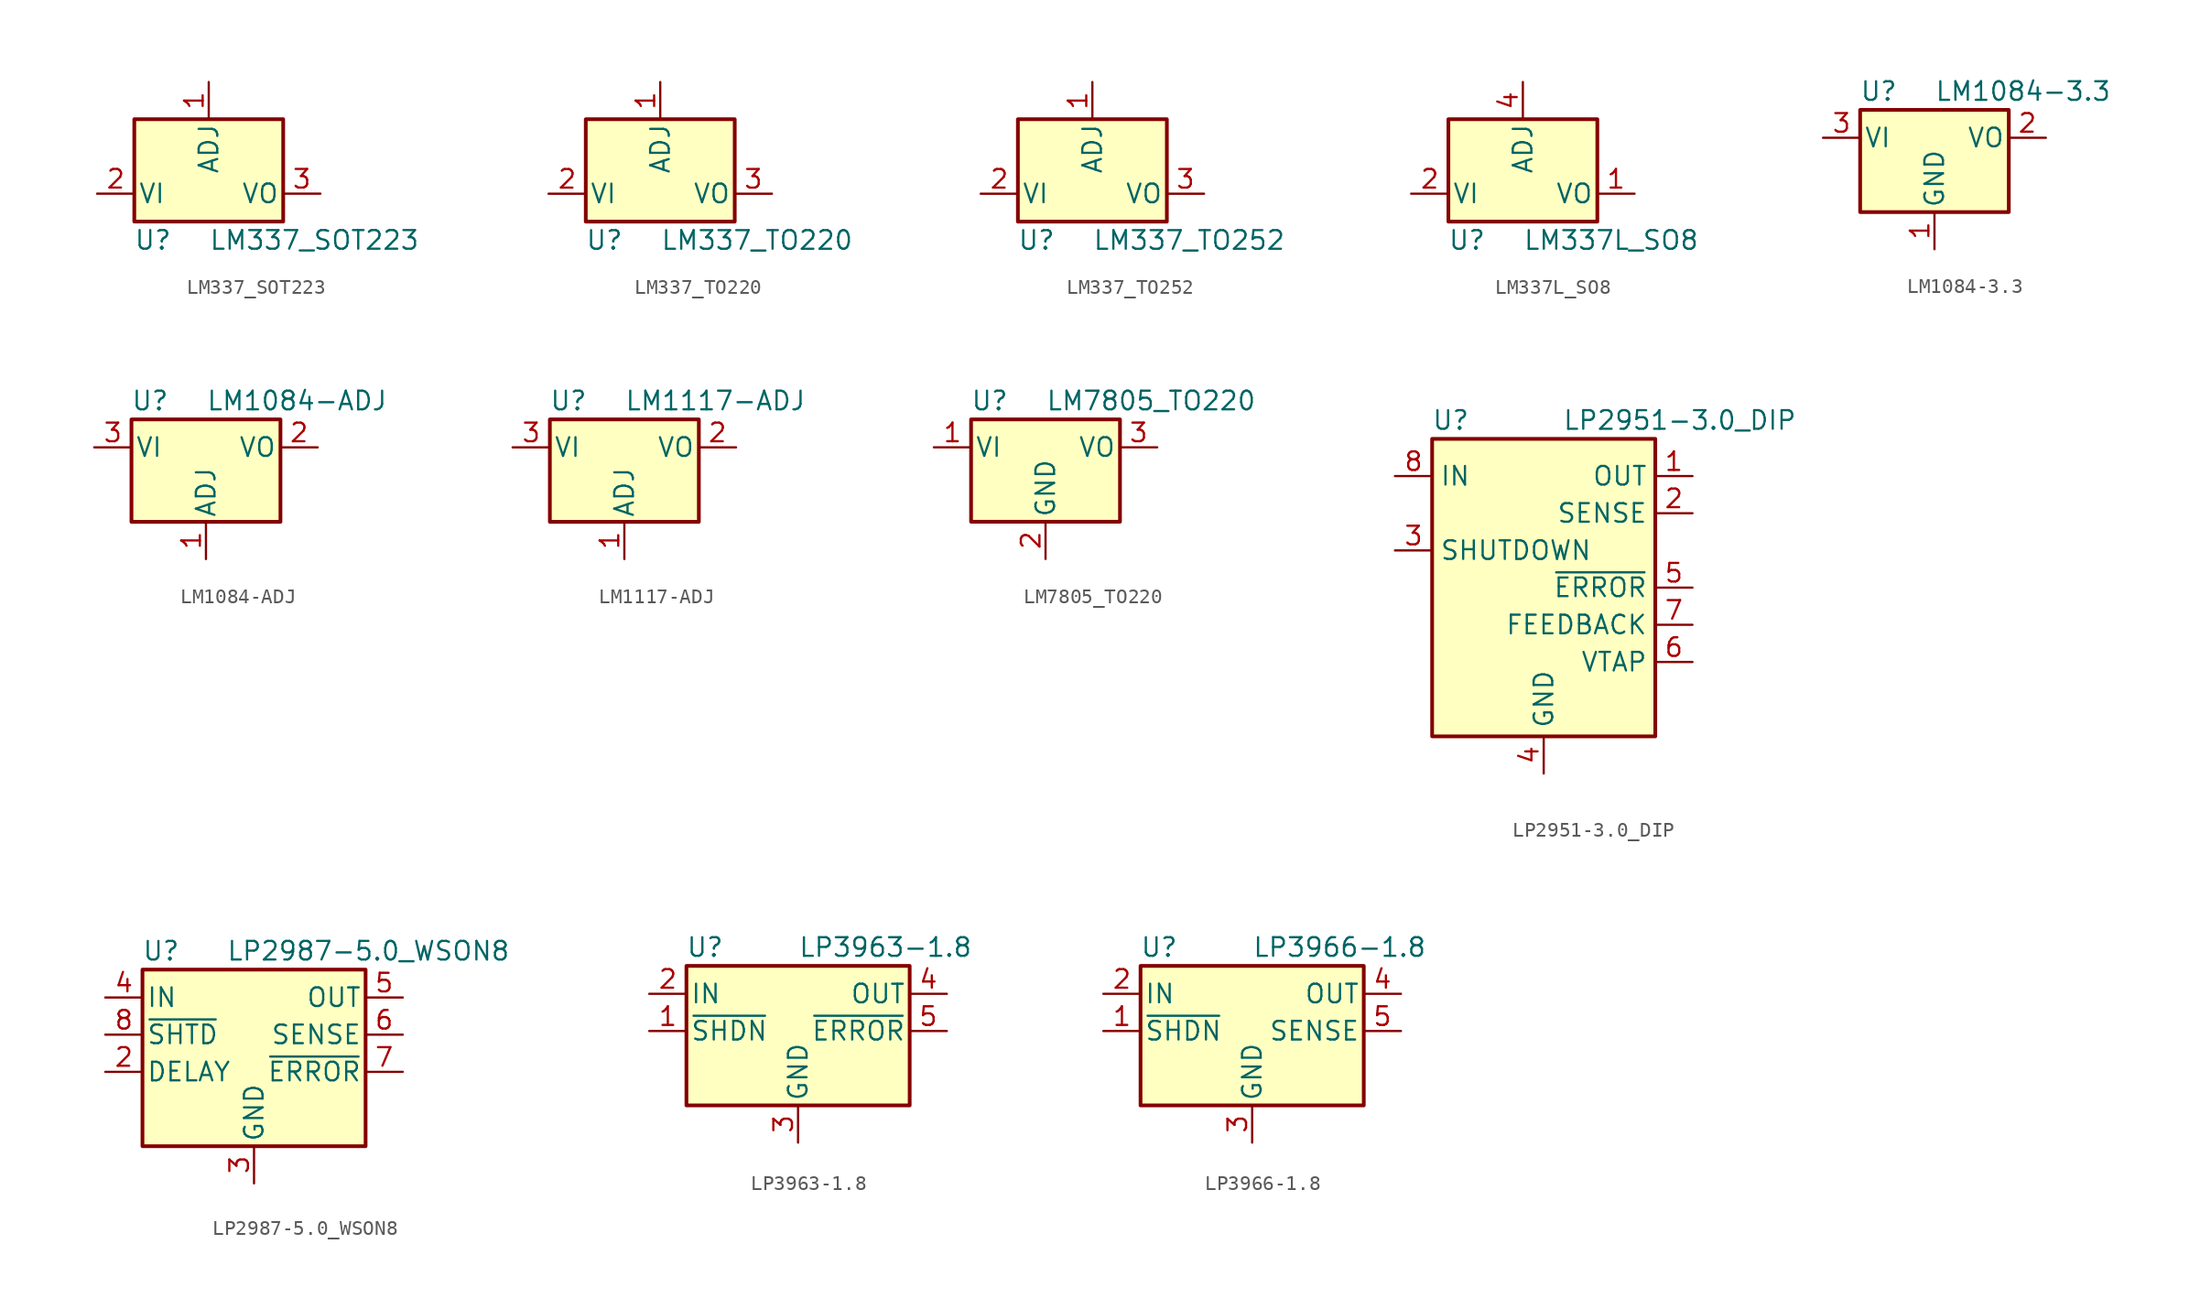
<source format=kicad_sym>
(kicad_symbol_lib
  (version 20211014)
  (generator kicad_symbol_editor)
  (symbol "LM337_SOT223"
    (pin_names
      (offset 0.254))
    (property "Reference" "U"
      (at -3.81 -3.175 0)
      (effects (font (size 1.27 1.27))))
    (property "Value" "LM337_SOT223"
      (at 0 -3.175 0)
      (effects (font (size 1.27 1.27)) (justify left)))
    (symbol "LM337_SOT223_0_1"
      (rectangle (start -5.08 5.08) (end 5.08 -1.905) (stroke (width 0.254) (type default) (color 0 0 0 0)) (fill (type background))))
    (symbol "LM337_SOT223_1_1"
      (pin input line (at 0 7.62 270) (length 2.54) (name "ADJ" (effects (font (size 1.27 1.27)))) (number "1" (effects (font (size 1.27 1.27)))))
      (pin power_in line (at -7.62 0 0) (length 2.54) (name "VI" (effects (font (size 1.27 1.27)))) (number "2" (effects (font (size 1.27 1.27)))))
      (pin power_out line (at 7.62 0 180) (length 2.54) (name "VO" (effects (font (size 1.27 1.27)))) (number "3" (effects (font (size 1.27 1.27)))))))
  (symbol "LM337_TO220"
    (pin_names
      (offset 0.254))
    (property "Reference" "U"
      (at -3.81 -3.175 0)
      (effects (font (size 1.27 1.27))))
    (property "Value" "LM337_TO220"
      (at 0 -3.175 0)
      (effects (font (size 1.27 1.27)) (justify left)))
    (symbol "LM337_TO220_0_1"
      (rectangle (start -5.08 5.08) (end 5.08 -1.905) (stroke (width 0.254) (type default) (color 0 0 0 0)) (fill (type background))))
    (symbol "LM337_TO220_1_1"
      (pin input line (at 0 7.62 270) (length 2.54) (name "ADJ" (effects (font (size 1.27 1.27)))) (number "1" (effects (font (size 1.27 1.27)))))
      (pin power_in line (at -7.62 0 0) (length 2.54) (name "VI" (effects (font (size 1.27 1.27)))) (number "2" (effects (font (size 1.27 1.27)))))
      (pin power_out line (at 7.62 0 180) (length 2.54) (name "VO" (effects (font (size 1.27 1.27)))) (number "3" (effects (font (size 1.27 1.27)))))))
  (symbol "LM337_TO252"
    (pin_names
      (offset 0.254))
    (property "Reference" "U"
      (at -3.81 -3.175 0)
      (effects (font (size 1.27 1.27))))
    (property "Value" "LM337_TO252"
      (at 0 -3.175 0)
      (effects (font (size 1.27 1.27)) (justify left)))
    (symbol "LM337_TO252_0_1"
      (rectangle (start -5.08 5.08) (end 5.08 -1.905) (stroke (width 0.254) (type default) (color 0 0 0 0)) (fill (type background))))
    (symbol "LM337_TO252_1_1"
      (pin input line (at 0 7.62 270) (length 2.54) (name "ADJ" (effects (font (size 1.27 1.27)))) (number "1" (effects (font (size 1.27 1.27)))))
      (pin power_in line (at -7.62 0 0) (length 2.54) (name "VI" (effects (font (size 1.27 1.27)))) (number "2" (effects (font (size 1.27 1.27)))))
      (pin power_out line (at 7.62 0 180) (length 2.54) (name "VO" (effects (font (size 1.27 1.27)))) (number "3" (effects (font (size 1.27 1.27)))))))
  (symbol "LM337L_SO8"
    (pin_names
      (offset 0.254))
    (property "Reference" "U"
      (at -3.81 -3.175 0)
      (effects (font (size 1.27 1.27))))
    (property "Value" "LM337L_SO8"
      (at 0 -3.175 0)
      (effects (font (size 1.27 1.27)) (justify left)))
    (symbol "LM337L_SO8_0_1"
      (rectangle (start -5.08 5.08) (end 5.08 -1.905) (stroke (width 0.254) (type default) (color 0 0 0 0)) (fill (type background))))
    (symbol "LM337L_SO8_1_1"
      (pin power_out line (at 7.62 0 180) (length 2.54) (name "VO" (effects (font (size 1.27 1.27)))) (number "1" (effects (font (size 1.27 1.27)))))
      (pin power_in line (at -7.62 0 0) (length 2.54) (name "VI" (effects (font (size 1.27 1.27)))) (number "2" (effects (font (size 1.27 1.27)))))
      (pin passive line (at -7.62 0 0) (length 2.54) hide (name "VI" (effects (font (size 1.27 1.27)))) (number "3" (effects (font (size 1.27 1.27)))))
      (pin input line (at 0 7.62 270) (length 2.54) (name "ADJ" (effects (font (size 1.27 1.27)))) (number "4" (effects (font (size 1.27 1.27)))))
      (pin no_connect line (at -7.62 2.54 0) (length 2.54) hide (name "NC" (effects (font (size 1.27 1.27)))) (number "5" (effects (font (size 1.27 1.27)))))
      (pin passive line (at -7.62 0 0) (length 2.54) hide (name "VI" (effects (font (size 1.27 1.27)))) (number "6" (effects (font (size 1.27 1.27)))))
      (pin passive line (at -7.62 0 0) (length 2.54) hide (name "VI" (effects (font (size 1.27 1.27)))) (number "7" (effects (font (size 1.27 1.27)))))
      (pin no_connect line (at 7.62 2.54 180) (length 2.54) hide (name "NC" (effects (font (size 1.27 1.27)))) (number "8" (effects (font (size 1.27 1.27)))))))
  (symbol "LM1084-3.3"
    (pin_names
      (offset 0.254))
    (property "Reference" "U"
      (at -3.81 3.175 0)
      (effects (font (size 1.27 1.27))))
    (property "Value" "LM1084-3.3"
      (at 0 3.175 0)
      (effects (font (size 1.27 1.27)) (justify left)))
    (symbol "LM1084-3.3_0_1"
      (rectangle (start -5.08 1.905) (end 5.08 -5.08) (stroke (width 0.254) (type default) (color 0 0 0 0)) (fill (type background))))
    (symbol "LM1084-3.3_1_1"
      (pin power_in line (at 0 -7.62 90) (length 2.54) (name "GND" (effects (font (size 1.27 1.27)))) (number "1" (effects (font (size 1.27 1.27)))))
      (pin power_out line (at 7.62 0 180) (length 2.54) (name "VO" (effects (font (size 1.27 1.27)))) (number "2" (effects (font (size 1.27 1.27)))))
      (pin power_in line (at -7.62 0 0) (length 2.54) (name "VI" (effects (font (size 1.27 1.27)))) (number "3" (effects (font (size 1.27 1.27)))))))
  (symbol "LM1084-ADJ"
    (pin_names
      (offset 0.254))
    (property "Reference" "U"
      (at -3.81 3.175 0)
      (effects (font (size 1.27 1.27))))
    (property "Value" "LM1084-ADJ"
      (at 0 3.175 0)
      (effects (font (size 1.27 1.27)) (justify left)))
    (symbol "LM1084-ADJ_0_1"
      (rectangle (start -5.08 1.905) (end 5.08 -5.08) (stroke (width 0.254) (type default) (color 0 0 0 0)) (fill (type background))))
    (symbol "LM1084-ADJ_1_1"
      (pin input line (at 0 -7.62 90) (length 2.54) (name "ADJ" (effects (font (size 1.27 1.27)))) (number "1" (effects (font (size 1.27 1.27)))))
      (pin power_out line (at 7.62 0 180) (length 2.54) (name "VO" (effects (font (size 1.27 1.27)))) (number "2" (effects (font (size 1.27 1.27)))))
      (pin power_in line (at -7.62 0 0) (length 2.54) (name "VI" (effects (font (size 1.27 1.27)))) (number "3" (effects (font (size 1.27 1.27)))))))
  (symbol "LM1117-ADJ"
    (pin_names
      (offset 0.254))
    (property "Reference" "U"
      (at -3.81 3.175 0)
      (effects (font (size 1.27 1.27))))
    (property "Value" "LM1117-ADJ"
      (at 0 3.175 0)
      (effects (font (size 1.27 1.27)) (justify left)))
    (symbol "LM1117-ADJ_0_1"
      (rectangle (start -5.08 -5.08) (end 5.08 1.905) (stroke (width 0.254) (type default) (color 0 0 0 0)) (fill (type background))))
    (symbol "LM1117-ADJ_1_1"
      (pin input line (at 0 -7.62 90) (length 2.54) (name "ADJ" (effects (font (size 1.27 1.27)))) (number "1" (effects (font (size 1.27 1.27)))))
      (pin power_out line (at 7.62 0 180) (length 2.54) (name "VO" (effects (font (size 1.27 1.27)))) (number "2" (effects (font (size 1.27 1.27)))))
      (pin power_in line (at -7.62 0 0) (length 2.54) (name "VI" (effects (font (size 1.27 1.27)))) (number "3" (effects (font (size 1.27 1.27)))))))
  (symbol "LM7805_TO220"
    (pin_names
      (offset 0.254))
    (property "Reference" "U"
      (at -3.81 3.175 0)
      (effects (font (size 1.27 1.27))))
    (property "Value" "LM7805_TO220"
      (at 0 3.175 0)
      (effects (font (size 1.27 1.27)) (justify left)))
    (symbol "LM7805_TO220_0_1"
      (rectangle (start -5.08 1.905) (end 5.08 -5.08) (stroke (width 0.254) (type default) (color 0 0 0 0)) (fill (type background))))
    (symbol "LM7805_TO220_1_1"
      (pin power_in line (at -7.62 0 0) (length 2.54) (name "VI" (effects (font (size 1.27 1.27)))) (number "1" (effects (font (size 1.27 1.27)))))
      (pin power_in line (at 0 -7.62 90) (length 2.54) (name "GND" (effects (font (size 1.27 1.27)))) (number "2" (effects (font (size 1.27 1.27)))))
      (pin power_out line (at 7.62 0 180) (length 2.54) (name "VO" (effects (font (size 1.27 1.27)))) (number "3" (effects (font (size 1.27 1.27)))))))
  (symbol "LP2951-3.0_DIP"
    (property "Reference" "U"
      (at -6.35 11.43 0)
      (effects (font (size 1.27 1.27))))
    (property "Value" "LP2951-3.0_DIP"
      (at 1.27 11.43 0)
      (effects (font (size 1.27 1.27)) (justify left)))
    (symbol "LP2951-3.0_DIP_0_1"
      (rectangle (start -7.62 10.16) (end 7.62 -10.16) (stroke (width 0.254) (type default) (color 0 0 0 0)) (fill (type background))))
    (symbol "LP2951-3.0_DIP_1_1"
      (pin power_out line (at 10.16 7.62 180) (length 2.54) (name "OUT" (effects (font (size 1.27 1.27)))) (number "1" (effects (font (size 1.27 1.27)))))
      (pin passive line (at 10.16 5.08 180) (length 2.54) (name "SENSE" (effects (font (size 1.27 1.27)))) (number "2" (effects (font (size 1.27 1.27)))))
      (pin input line (at -10.16 2.54 0) (length 2.54) (name "SHUTDOWN" (effects (font (size 1.27 1.27)))) (number "3" (effects (font (size 1.27 1.27)))))
      (pin power_in line (at 0 -12.7 90) (length 2.54) (name "GND" (effects (font (size 1.27 1.27)))) (number "4" (effects (font (size 1.27 1.27)))))
      (pin open_collector line (at 10.16 0 180) (length 2.54) (name "~{ERROR}" (effects (font (size 1.27 1.27)))) (number "5" (effects (font (size 1.27 1.27)))))
      (pin input line (at 10.16 -5.08 180) (length 2.54) (name "VTAP" (effects (font (size 1.27 1.27)))) (number "6" (effects (font (size 1.27 1.27)))))
      (pin input line (at 10.16 -2.54 180) (length 2.54) (name "FEEDBACK" (effects (font (size 1.27 1.27)))) (number "7" (effects (font (size 1.27 1.27)))))
      (pin power_in line (at -10.16 7.62 0) (length 2.54) (name "IN" (effects (font (size 1.27 1.27)))) (number "8" (effects (font (size 1.27 1.27)))))))
  (symbol "LP2987-5.0_WSON8"
    (pin_names
      (offset 0.254))
    (property "Reference" "U"
      (at -6.35 5.715 0)
      (effects (font (size 1.27 1.27))))
    (property "Value" "LP2987-5.0_WSON8"
      (at -1.905 5.715 0)
      (effects (font (size 1.27 1.27)) (justify left)))
    (symbol "LP2987-5.0_WSON8_0_1"
      (rectangle (start -7.62 4.445) (end 7.62 -7.62) (stroke (width 0.254) (type default) (color 0 0 0 0)) (fill (type background))))
    (symbol "LP2987-5.0_WSON8_1_1"
      (pin no_connect line (at 2.54 -10.16 90) (length 2.54) hide (name "NC" (effects (font (size 1.27 1.27)))) (number "1" (effects (font (size 1.27 1.27)))))
      (pin passive line (at -10.16 -2.54 0) (length 2.54) (name "DELAY" (effects (font (size 1.27 1.27)))) (number "2" (effects (font (size 1.27 1.27)))))
      (pin power_in line (at 0 -10.16 90) (length 2.54) (name "GND" (effects (font (size 1.27 1.27)))) (number "3" (effects (font (size 1.27 1.27)))))
      (pin power_in line (at -10.16 2.54 0) (length 2.54) (name "IN" (effects (font (size 1.27 1.27)))) (number "4" (effects (font (size 1.27 1.27)))))
      (pin power_out line (at 10.16 2.54 180) (length 2.54) (name "OUT" (effects (font (size 1.27 1.27)))) (number "5" (effects (font (size 1.27 1.27)))))
      (pin input line (at 10.16 0 180) (length 2.54) (name "SENSE" (effects (font (size 1.27 1.27)))) (number "6" (effects (font (size 1.27 1.27)))))
      (pin output line (at 10.16 -2.54 180) (length 2.54) (name "~{ERROR}" (effects (font (size 1.27 1.27)))) (number "7" (effects (font (size 1.27 1.27)))))
      (pin input line (at -10.16 0 0) (length 2.54) (name "~{SHTD}" (effects (font (size 1.27 1.27)))) (number "8" (effects (font (size 1.27 1.27)))))
      (pin passive line (at 0 -10.16 90) (length 2.54) hide (name "GND" (effects (font (size 1.27 1.27)))) (number "9" (effects (font (size 1.27 1.27)))))))
  (symbol "LP3963-1.8"
    (pin_names
      (offset 0.254))
    (property "Reference" "U"
      (at -6.35 5.715 0)
      (effects (font (size 1.27 1.27))))
    (property "Value" "LP3963-1.8"
      (at 0 5.715 0)
      (effects (font (size 1.27 1.27)) (justify left)))
    (symbol "LP3963-1.8_0_1"
      (rectangle (start -7.62 -5.08) (end 7.62 4.445) (stroke (width 0.254) (type default) (color 0 0 0 0)) (fill (type background))))
    (symbol "LP3963-1.8_1_1"
      (pin input line (at -10.16 0 0) (length 2.54) (name "~{SHDN}" (effects (font (size 1.27 1.27)))) (number "1" (effects (font (size 1.27 1.27)))))
      (pin power_in line (at -10.16 2.54 0) (length 2.54) (name "IN" (effects (font (size 1.27 1.27)))) (number "2" (effects (font (size 1.27 1.27)))))
      (pin power_in line (at 0 -7.62 90) (length 2.54) (name "GND" (effects (font (size 1.27 1.27)))) (number "3" (effects (font (size 1.27 1.27)))))
      (pin power_out line (at 10.16 2.54 180) (length 2.54) (name "OUT" (effects (font (size 1.27 1.27)))) (number "4" (effects (font (size 1.27 1.27)))))
      (pin output line (at 10.16 0 180) (length 2.54) (name "~{ERROR}" (effects (font (size 1.27 1.27)))) (number "5" (effects (font (size 1.27 1.27)))))))
  (symbol "LP3966-1.8"
    (pin_names
      (offset 0.254))
    (property "Reference" "U"
      (at -6.35 5.715 0)
      (effects (font (size 1.27 1.27))))
    (property "Value" "LP3966-1.8"
      (at 0 5.715 0)
      (effects (font (size 1.27 1.27)) (justify left)))
    (symbol "LP3966-1.8_0_1"
      (rectangle (start -7.62 -5.08) (end 7.62 4.445) (stroke (width 0.254) (type default) (color 0 0 0 0)) (fill (type background))))
    (symbol "LP3966-1.8_1_1"
      (pin input line (at -10.16 0 0) (length 2.54) (name "~{SHDN}" (effects (font (size 1.27 1.27)))) (number "1" (effects (font (size 1.27 1.27)))))
      (pin power_in line (at -10.16 2.54 0) (length 2.54) (name "IN" (effects (font (size 1.27 1.27)))) (number "2" (effects (font (size 1.27 1.27)))))
      (pin power_in line (at 0 -7.62 90) (length 2.54) (name "GND" (effects (font (size 1.27 1.27)))) (number "3" (effects (font (size 1.27 1.27)))))
      (pin power_out line (at 10.16 2.54 180) (length 2.54) (name "OUT" (effects (font (size 1.27 1.27)))) (number "4" (effects (font (size 1.27 1.27)))))
      (pin input line (at 10.16 0 180) (length 2.54) (name "SENSE" (effects (font (size 1.27 1.27)))) (number "5" (effects (font (size 1.27 1.27))))))))
</source>
